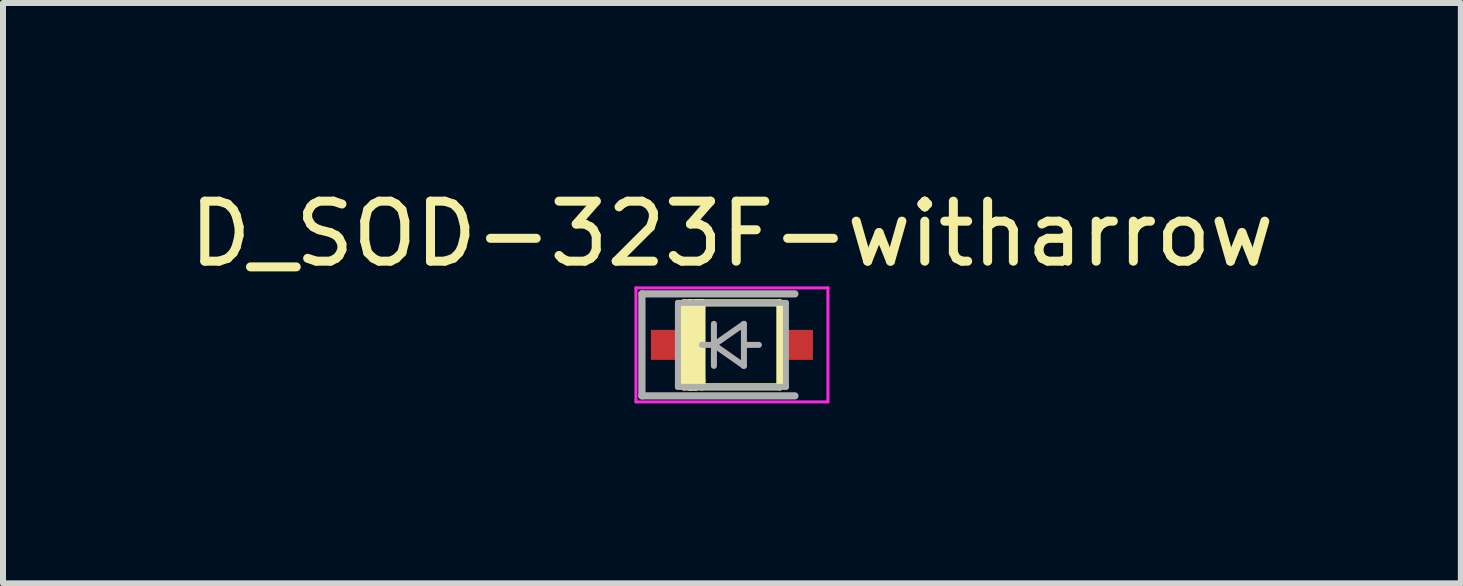
<source format=kicad_pcb>
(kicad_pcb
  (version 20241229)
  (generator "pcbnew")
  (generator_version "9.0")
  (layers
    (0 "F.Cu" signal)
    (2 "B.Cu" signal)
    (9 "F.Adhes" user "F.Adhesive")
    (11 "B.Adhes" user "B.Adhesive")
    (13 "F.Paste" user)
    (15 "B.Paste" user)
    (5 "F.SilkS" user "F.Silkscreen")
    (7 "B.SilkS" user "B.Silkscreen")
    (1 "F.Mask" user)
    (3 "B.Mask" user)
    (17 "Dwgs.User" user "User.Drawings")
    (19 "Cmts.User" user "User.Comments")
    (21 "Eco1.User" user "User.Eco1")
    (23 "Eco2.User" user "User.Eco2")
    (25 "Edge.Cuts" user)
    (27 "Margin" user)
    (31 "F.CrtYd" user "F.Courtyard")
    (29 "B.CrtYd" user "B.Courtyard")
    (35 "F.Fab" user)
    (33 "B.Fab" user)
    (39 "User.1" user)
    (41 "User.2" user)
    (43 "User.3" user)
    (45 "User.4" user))
  (footprint "D_SOD-323F-witharrow"
    (layer "F.Cu")
    (at 9.149 2.698)
    (property "Reference" "D_SOD-323F-witharrow" (at 0 -1.85 0) (layer "F.SilkS") (effects (font (size 1 1) (thickness 0.15))))
    (attr smd)
    (fp_line (start -0.8 -0.7) (end -0.8 0.7) (stroke (width 0.12) (type solid)) (layer "F.SilkS"))
    (fp_line (start -0.8 -0.6) (end -0.8 0.6) (stroke (width 0.12) (type solid)) (layer "F.SilkS"))
    (fp_line (start -0.8 0.6) (end -0.7 0.6) (stroke (width 0.12) (type solid)) (layer "F.SilkS"))
    (fp_line (start -0.8 0.7) (end -0.7 0.7) (stroke (width 0.12) (type solid)) (layer "F.SilkS"))
    (fp_line (start -0.7 -0.7) (end -0.8 -0.7) (stroke (width 0.12) (type solid)) (layer "F.SilkS"))
    (fp_line (start -0.7 -0.7) (end 0.8 -0.7) (stroke (width 0.12) (type solid)) (layer "F.SilkS"))
    (fp_line (start -0.7 -0.6) (end -0.7 -0.7) (stroke (width 0.12) (type solid)) (layer "F.SilkS"))
    (fp_line (start -0.7 0.6) (end -0.7 -0.6) (stroke (width 0.12) (type solid)) (layer "F.SilkS"))
    (fp_line (start -0.7 0.7) (end -0.7 -0.7) (stroke (width 0.12) (type solid)) (layer "F.SilkS"))
    (fp_line (start -0.7 0.7) (end -0.6 0.7) (stroke (width 0.12) (type solid)) (layer "F.SilkS"))
    (fp_line (start -0.6 -0.7) (end -0.5 -0.7) (stroke (width 0.12) (type solid)) (layer "F.SilkS"))
    (fp_line (start -0.6 0.7) (end -0.6 -0.7) (stroke (width 0.12) (type solid)) (layer "F.SilkS"))
    (fp_line (start -0.5 -0.7) (end -0.5 0.6) (stroke (width 0.12) (type solid)) (layer "F.SilkS"))
    (fp_line (start -0.5 0.6) (end -0.5 0.7) (stroke (width 0.12) (type solid)) (layer "F.SilkS"))
    (fp_line (start 0.8 -0.7) (end 0.8 0.7) (stroke (width 0.12) (type solid)) (layer "F.SilkS"))
    (fp_line (start 0.8 0.7) (end -0.7 0.7) (stroke (width 0.12) (type solid)) (layer "F.SilkS"))
    (fp_line (start -1.6 -0.95) (end -1.6 0.95) (stroke (width 0.05) (type solid)) (layer "F.CrtYd"))
    (fp_line (start -1.6 -0.95) (end 1.6 -0.95) (stroke (width 0.05) (type solid)) (layer "F.CrtYd"))
    (fp_line (start -1.6 0.95) (end 1.6 0.95) (stroke (width 0.05) (type solid)) (layer "F.CrtYd"))
    (fp_line (start 1.6 -0.95) (end 1.6 0.95) (stroke (width 0.05) (type solid)) (layer "F.CrtYd"))
    (fp_line (start -1.5 -0.85) (end -1.5 0.85) (stroke (width 0.12) (type solid)) (layer "F.Fab"))
    (fp_line (start -1.5 -0.85) (end 1.05 -0.85) (stroke (width 0.12) (type solid)) (layer "F.Fab"))
    (fp_line (start -1.5 0.85) (end 1.05 0.85) (stroke (width 0.12) (type solid)) (layer "F.Fab"))
    (fp_line (start -0.9 -0.7) (end 0.9 -0.7) (stroke (width 0.1) (type solid)) (layer "F.Fab"))
    (fp_line (start -0.9 0.7) (end -0.9 -0.7) (stroke (width 0.1) (type solid)) (layer "F.Fab"))
    (fp_line (start -0.3 -0.35) (end -0.3 0.35) (stroke (width 0.1) (type solid)) (layer "F.Fab"))
    (fp_line (start -0.3 0) (end -0.5 0) (stroke (width 0.1) (type solid)) (layer "F.Fab"))
    (fp_line (start -0.3 0) (end 0.2 -0.35) (stroke (width 0.1) (type solid)) (layer "F.Fab"))
    (fp_line (start 0.2 -0.35) (end 0.2 0.35) (stroke (width 0.1) (type solid)) (layer "F.Fab"))
    (fp_line (start 0.2 0) (end 0.45 0) (stroke (width 0.1) (type solid)) (layer "F.Fab"))
    (fp_line (start 0.2 0.35) (end -0.3 0) (stroke (width 0.1) (type solid)) (layer "F.Fab"))
    (fp_line (start 0.9 -0.7) (end 0.9 0.7) (stroke (width 0.1) (type solid)) (layer "F.Fab"))
    (fp_line (start 0.9 0.7) (end -0.9 0.7) (stroke (width 0.1) (type solid)) (layer "F.Fab"))
    (pad "1" smd rect (at -1.1 0) (size 0.5 0.5) (layers "F.Cu" "F.Mask" "F.Paste"))
    (pad "2" smd rect (at 1.1 0) (size 0.5 0.5) (layers "F.Cu" "F.Mask" "F.Paste")))
  (gr_rect
    (start -3 -3)
    (end 21.298 6.673)
    (stroke (width 0.1) (type default))
    (fill no)
    (layer "Edge.Cuts")))
</source>
